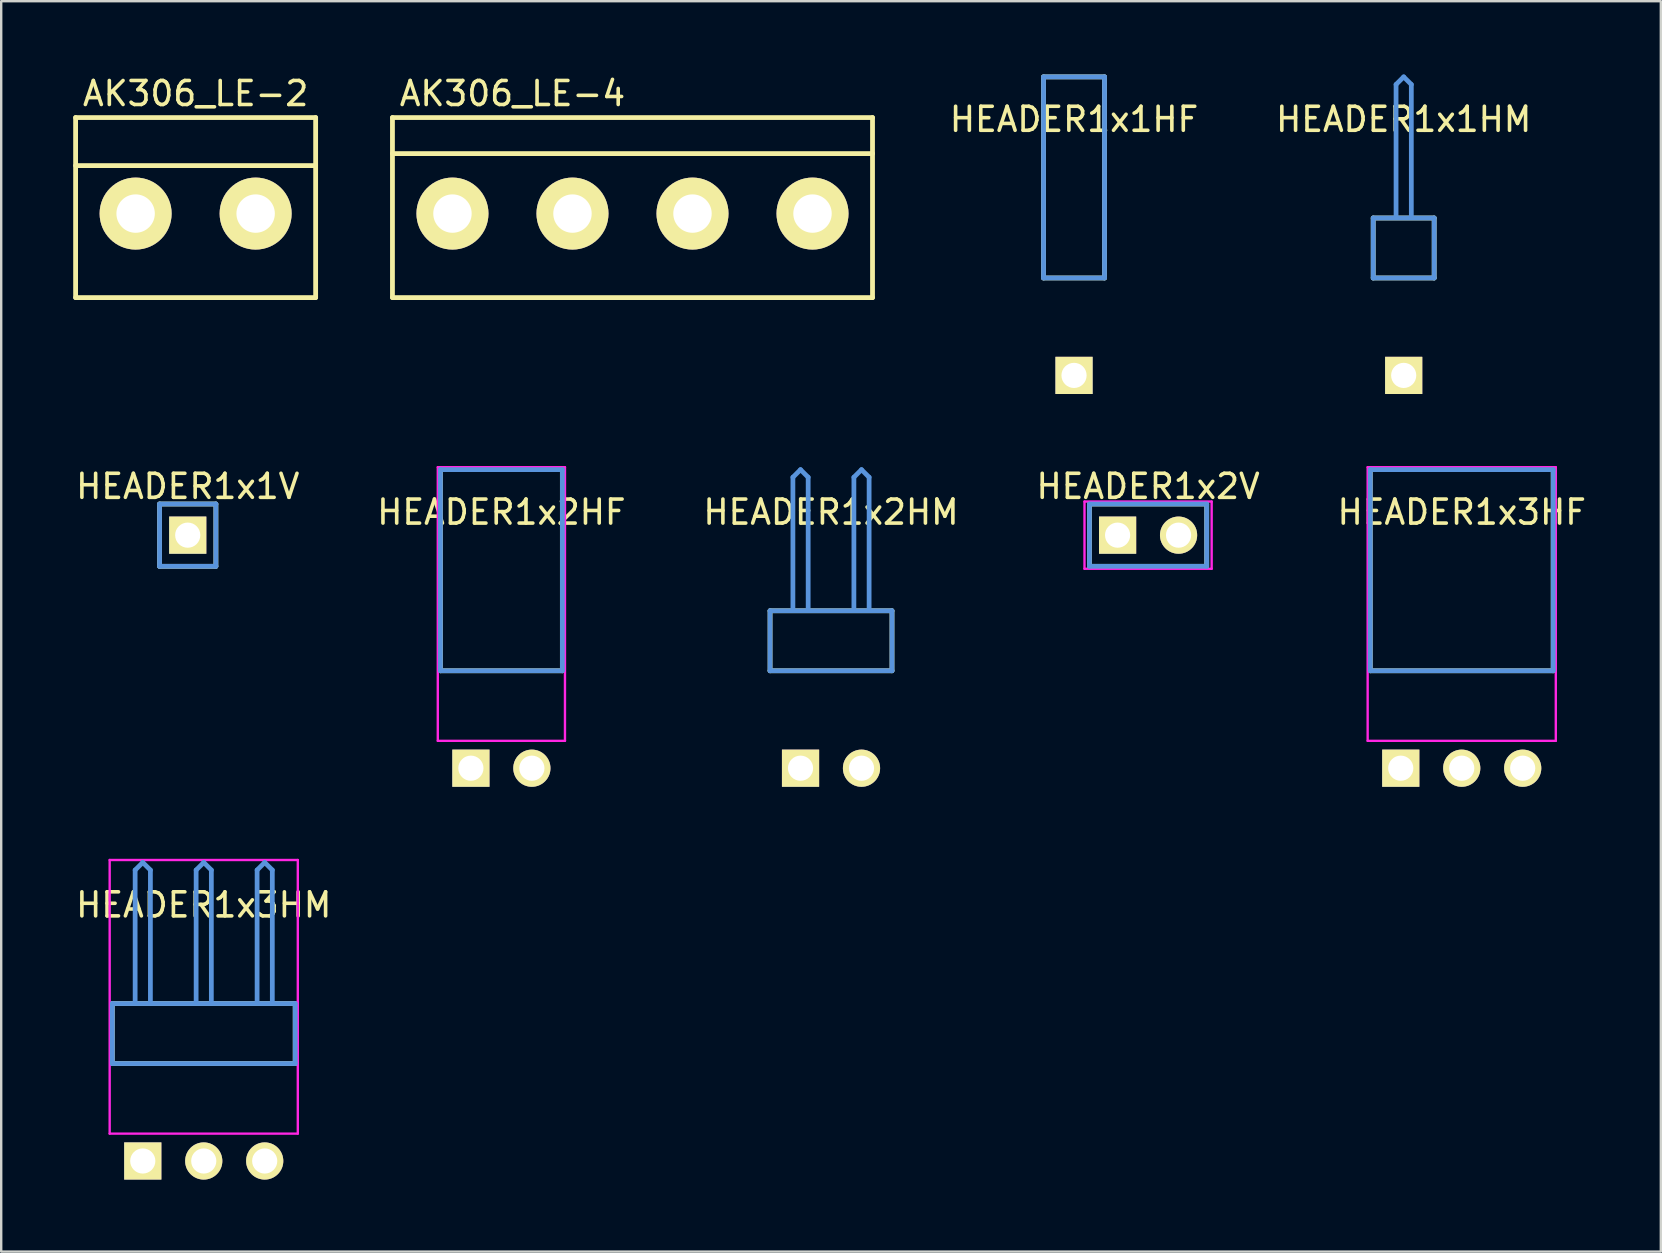
<source format=kicad_pcb>
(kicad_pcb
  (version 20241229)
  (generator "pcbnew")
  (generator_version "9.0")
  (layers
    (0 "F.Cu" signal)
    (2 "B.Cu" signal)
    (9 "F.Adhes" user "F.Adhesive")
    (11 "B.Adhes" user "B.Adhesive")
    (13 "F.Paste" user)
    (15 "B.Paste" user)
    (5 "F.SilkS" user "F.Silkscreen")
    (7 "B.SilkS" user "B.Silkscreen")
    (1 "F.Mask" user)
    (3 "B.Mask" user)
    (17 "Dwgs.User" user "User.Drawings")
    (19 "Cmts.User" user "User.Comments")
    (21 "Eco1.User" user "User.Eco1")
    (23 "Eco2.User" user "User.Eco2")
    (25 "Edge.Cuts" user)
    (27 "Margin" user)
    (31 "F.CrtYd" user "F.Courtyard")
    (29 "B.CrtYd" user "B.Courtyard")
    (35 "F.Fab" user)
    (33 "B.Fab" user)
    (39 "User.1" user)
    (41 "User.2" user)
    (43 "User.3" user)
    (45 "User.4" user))
  (footprint "HEADER1x1HF"
    (layer "F.Cu")
    (at 41.695 12.59)
    (property "Reference" "HEADER1x1HF" (at 0 -10.668 0) (layer "F.SilkS") (effects (font (size 1.001 1.001) (thickness 0.15))))
    (attr through_hole)
    (fp_line (start -1.27 -12.438) (end -1.27 -4.059) (stroke (width 0.198) (type solid)) (layer "F.SilkS"))
    (fp_line (start -1.27 -4.059) (end 1.27 -4.059) (stroke (width 0.198) (type solid)) (layer "F.SilkS"))
    (fp_line (start 1.27 -12.438) (end -1.27 -12.438) (stroke (width 0.198) (type solid)) (layer "F.SilkS"))
    (fp_line (start 1.27 -4.059) (end 1.27 -12.438) (stroke (width 0.198) (type solid)) (layer "F.SilkS"))
    (fp_line (start -1.27 -12.438) (end -1.27 -4.059) (stroke (width 0.198) (type solid)) (layer "Cmts.User"))
    (fp_line (start -1.27 -4.059) (end 1.27 -4.059) (stroke (width 0.198) (type solid)) (layer "Cmts.User"))
    (fp_line (start 1.27 -12.438) (end -1.27 -12.438) (stroke (width 0.198) (type solid)) (layer "Cmts.User"))
    (fp_line (start 1.27 -4.059) (end 1.27 -12.438) (stroke (width 0.198) (type solid)) (layer "Cmts.User"))
    (fp_line (start -1.379 -12.54) (end 1.379 -12.54) (stroke (width 0.099) (type solid)) (layer "Eco1.User"))
    (fp_line (start -1.379 -1.14) (end -1.379 -12.54) (stroke (width 0.099) (type solid)) (layer "Eco1.User"))
    (fp_line (start 1.379 -12.54) (end 1.379 -1.14) (stroke (width 0.099) (type solid)) (layer "Eco1.User"))
    (fp_line (start 1.379 -1.14) (end -1.379 -1.14) (stroke (width 0.099) (type solid)) (layer "Eco1.User"))
    (pad "1" thru_hole rect (at 0 0) (size 1.549 1.549) (drill 1.049) (layers "*.Cu" "*.Mask" "F.SilkS")))
  (footprint "AK306_LE-4"
    (layer "F.Cu")
    (at 15.8 5.848)
    (property "Reference" "AK306_LE-4" (at 2.5 -5 0) (layer "F.SilkS") (effects (font (size 1 1) (thickness 0.15))))
    (attr through_hole)
    (fp_line (start -2.5 -4) (end -2.5 3.5) (stroke (width 0.2) (type solid)) (layer "F.SilkS"))
    (fp_line (start -2.5 -2.5) (end 17.5 -2.5) (stroke (width 0.2) (type solid)) (layer "F.SilkS"))
    (fp_line (start -2.5 3.5) (end 17.5 3.5) (stroke (width 0.2) (type solid)) (layer "F.SilkS"))
    (fp_line (start 17.5 -4) (end -2.5 -4) (stroke (width 0.2) (type solid)) (layer "F.SilkS"))
    (fp_line (start 17.5 3.5) (end 17.5 -4) (stroke (width 0.2) (type solid)) (layer "F.SilkS"))
    (pad "1" thru_hole circle (at 0 0) (size 3 3) (drill 1.6) (layers "*.Cu" "*.Mask" "F.SilkS"))
    (pad "2" thru_hole circle (at 5 0) (size 3 3) (drill 1.6) (layers "*.Cu" "*.Mask" "F.SilkS"))
    (pad "3" thru_hole circle (at 10 0) (size 3 3) (drill 1.6) (layers "*.Cu" "*.Mask" "F.SilkS"))
    (pad "4" thru_hole circle (at 15 0) (size 3 3) (drill 1.6) (layers "*.Cu" "*.Mask" "F.SilkS")))
  (footprint "HEADER1x1V"
    (layer "F.Cu")
    (at 4.771 19.245)
    (property "Reference" "HEADER1x1V" (at 0 -2.032 0) (layer "F.SilkS") (effects (font (size 1.001 1.001) (thickness 0.15))))
    (attr through_hole)
    (fp_line (start -1.173 -1.298) (end -1.173 1.298) (stroke (width 0.198) (type solid)) (layer "F.SilkS"))
    (fp_line (start -1.173 1.298) (end 1.173 1.298) (stroke (width 0.198) (type solid)) (layer "F.SilkS"))
    (fp_line (start 1.173 -1.298) (end -1.173 -1.298) (stroke (width 0.198) (type solid)) (layer "F.SilkS"))
    (fp_line (start 1.173 1.298) (end 1.173 -1.298) (stroke (width 0.198) (type solid)) (layer "F.SilkS"))
    (fp_line (start -1.173 -1.298) (end -1.173 1.298) (stroke (width 0.198) (type solid)) (layer "Cmts.User"))
    (fp_line (start -1.173 1.298) (end 1.173 1.298) (stroke (width 0.198) (type solid)) (layer "Cmts.User"))
    (fp_line (start 1.173 -1.298) (end -1.173 -1.298) (stroke (width 0.198) (type solid)) (layer "Cmts.User"))
    (fp_line (start 1.173 1.298) (end 1.173 -1.298) (stroke (width 0.198) (type solid)) (layer "Cmts.User"))
    (fp_line (start -1.379 -1.4) (end -1.379 1.4) (stroke (width 0.099) (type solid)) (layer "Eco1.User"))
    (fp_line (start -1.379 1.4) (end 1.379 1.4) (stroke (width 0.099) (type solid)) (layer "Eco1.User"))
    (fp_line (start 1.379 -1.4) (end -1.379 -1.4) (stroke (width 0.099) (type solid)) (layer "Eco1.User"))
    (fp_line (start 1.379 1.4) (end 1.379 -1.4) (stroke (width 0.099) (type solid)) (layer "Eco1.User"))
    (pad "1" thru_hole rect (at 0 0) (size 1.549 1.549) (drill 1.049) (layers "*.Cu" "*.Mask" "F.SilkS")))
  (footprint "HEADER1x3HM"
    (layer "F.Cu")
    (at 2.898 45.318)
    (property "Reference" "HEADER1x3HM" (at 2.54 -10.668 0) (layer "F.SilkS") (effects (font (size 1.001 1.001) (thickness 0.15))))
    (attr through_hole)
    (fp_line (start -1.27 -6.558) (end -1.27 -4.059) (stroke (width 0.198) (type solid)) (layer "F.SilkS"))
    (fp_line (start -1.27 -4.059) (end 6.35 -4.059) (stroke (width 0.198) (type solid)) (layer "F.SilkS"))
    (fp_line (start 6.35 -6.558) (end -1.27 -6.558) (stroke (width 0.198) (type solid)) (layer "F.SilkS"))
    (fp_line (start 6.35 -4.059) (end 6.35 -6.558) (stroke (width 0.198) (type solid)) (layer "F.SilkS"))
    (fp_line (start -1.27 -6.558) (end -1.27 -4.059) (stroke (width 0.198) (type solid)) (layer "Cmts.User"))
    (fp_line (start -1.27 -4.059) (end 6.35 -4.059) (stroke (width 0.198) (type solid)) (layer "Cmts.User"))
    (fp_line (start -0.318 -12.121) (end 0 -12.438) (stroke (width 0.198) (type solid)) (layer "Cmts.User"))
    (fp_line (start -0.318 -6.599) (end -0.318 -12.121) (stroke (width 0.198) (type solid)) (layer "Cmts.User"))
    (fp_line (start 0.318 -12.121) (end 0 -12.438) (stroke (width 0.198) (type solid)) (layer "Cmts.User"))
    (fp_line (start 0.318 -6.599) (end 0.318 -12.121) (stroke (width 0.198) (type solid)) (layer "Cmts.User"))
    (fp_line (start 2.223 -12.121) (end 2.54 -12.438) (stroke (width 0.198) (type solid)) (layer "Cmts.User"))
    (fp_line (start 2.223 -6.599) (end 2.223 -12.121) (stroke (width 0.198) (type solid)) (layer "Cmts.User"))
    (fp_line (start 2.857 -12.121) (end 2.54 -12.438) (stroke (width 0.198) (type solid)) (layer "Cmts.User"))
    (fp_line (start 2.857 -6.599) (end 2.857 -12.121) (stroke (width 0.198) (type solid)) (layer "Cmts.User"))
    (fp_line (start 4.763 -12.121) (end 5.08 -12.438) (stroke (width 0.198) (type solid)) (layer "Cmts.User"))
    (fp_line (start 4.763 -6.599) (end 4.763 -12.121) (stroke (width 0.198) (type solid)) (layer "Cmts.User"))
    (fp_line (start 5.397 -12.121) (end 5.08 -12.438) (stroke (width 0.198) (type solid)) (layer "Cmts.User"))
    (fp_line (start 5.397 -6.599) (end 5.397 -12.121) (stroke (width 0.198) (type solid)) (layer "Cmts.User"))
    (fp_line (start 6.35 -6.558) (end -1.27 -6.558) (stroke (width 0.198) (type solid)) (layer "Cmts.User"))
    (fp_line (start 6.35 -4.059) (end 6.35 -6.558) (stroke (width 0.198) (type solid)) (layer "Cmts.User"))
    (fp_line (start -1.379 -12.54) (end 6.459 -12.54) (stroke (width 0.099) (type solid)) (layer "F.CrtYd"))
    (fp_line (start -1.379 -1.14) (end -1.379 -12.54) (stroke (width 0.099) (type solid)) (layer "F.CrtYd"))
    (fp_line (start 6.459 -12.54) (end 6.459 -1.14) (stroke (width 0.099) (type solid)) (layer "F.CrtYd"))
    (fp_line (start 6.459 -1.14) (end -1.379 -1.14) (stroke (width 0.099) (type solid)) (layer "F.CrtYd"))
    (pad "1" thru_hole rect (at 0 0) (size 1.549 1.549) (drill 1.049) (layers "*.Cu" "*.Mask" "F.SilkS"))
    (pad "2" thru_hole circle (at 2.54 0) (size 1.549 1.549) (drill 1.049) (layers "*.Cu" "*.Mask" "F.SilkS"))
    (pad "3" thru_hole circle (at 5.08 0) (size 1.549 1.549) (drill 1.049) (layers "*.Cu" "*.Mask" "F.SilkS")))
  (footprint "HEADER1x3HF"
    (layer "F.Cu")
    (at 55.307 28.954)
    (property "Reference" "HEADER1x3HF" (at 2.54 -10.668 0) (layer "F.SilkS") (effects (font (size 1.001 1.001) (thickness 0.15))))
    (attr through_hole)
    (fp_line (start -1.27 -12.438) (end -1.27 -4.059) (stroke (width 0.198) (type solid)) (layer "F.SilkS"))
    (fp_line (start -1.27 -4.059) (end 6.35 -4.059) (stroke (width 0.198) (type solid)) (layer "F.SilkS"))
    (fp_line (start 6.35 -12.438) (end -1.27 -12.438) (stroke (width 0.198) (type solid)) (layer "F.SilkS"))
    (fp_line (start 6.35 -4.059) (end 6.35 -12.438) (stroke (width 0.198) (type solid)) (layer "F.SilkS"))
    (fp_line (start -1.27 -12.438) (end -1.27 -4.059) (stroke (width 0.198) (type solid)) (layer "Cmts.User"))
    (fp_line (start -1.27 -4.059) (end 6.35 -4.059) (stroke (width 0.198) (type solid)) (layer "Cmts.User"))
    (fp_line (start 6.35 -12.438) (end -1.27 -12.438) (stroke (width 0.198) (type solid)) (layer "Cmts.User"))
    (fp_line (start 6.35 -4.059) (end 6.35 -12.438) (stroke (width 0.198) (type solid)) (layer "Cmts.User"))
    (fp_line (start -1.379 -12.54) (end 6.459 -12.54) (stroke (width 0.099) (type solid)) (layer "F.CrtYd"))
    (fp_line (start -1.379 -1.14) (end -1.379 -12.54) (stroke (width 0.099) (type solid)) (layer "F.CrtYd"))
    (fp_line (start 6.459 -12.54) (end 6.459 -1.14) (stroke (width 0.099) (type solid)) (layer "F.CrtYd"))
    (fp_line (start 6.459 -1.14) (end -1.379 -1.14) (stroke (width 0.099) (type solid)) (layer "F.CrtYd"))
    (pad "1" thru_hole rect (at 0 0) (size 1.549 1.549) (drill 1.049) (layers "*.Cu" "*.Mask" "F.SilkS"))
    (pad "2" thru_hole circle (at 2.54 0) (size 1.549 1.549) (drill 1.049) (layers "*.Cu" "*.Mask" "F.SilkS"))
    (pad "3" thru_hole circle (at 5.08 0) (size 1.549 1.549) (drill 1.049) (layers "*.Cu" "*.Mask" "F.SilkS")))
  (footprint "HEADER1x1HM"
    (layer "F.Cu")
    (at 55.429 12.59)
    (property "Reference" "HEADER1x1HM" (at 0 -10.668 0) (layer "F.SilkS") (effects (font (size 1.001 1.001) (thickness 0.15))))
    (attr through_hole)
    (fp_line (start -1.27 -6.558) (end -1.27 -4.059) (stroke (width 0.198) (type solid)) (layer "F.SilkS"))
    (fp_line (start -1.27 -4.059) (end 1.27 -4.059) (stroke (width 0.198) (type solid)) (layer "F.SilkS"))
    (fp_line (start 1.27 -6.558) (end -1.27 -6.558) (stroke (width 0.198) (type solid)) (layer "F.SilkS"))
    (fp_line (start 1.27 -4.059) (end 1.27 -6.558) (stroke (width 0.198) (type solid)) (layer "F.SilkS"))
    (fp_line (start -1.27 -6.558) (end -1.27 -4.059) (stroke (width 0.198) (type solid)) (layer "Cmts.User"))
    (fp_line (start -1.27 -4.059) (end 1.27 -4.059) (stroke (width 0.198) (type solid)) (layer "Cmts.User"))
    (fp_line (start -0.318 -12.121) (end 0 -12.438) (stroke (width 0.198) (type solid)) (layer "Cmts.User"))
    (fp_line (start -0.318 -6.599) (end -0.318 -12.121) (stroke (width 0.198) (type solid)) (layer "Cmts.User"))
    (fp_line (start 0.318 -12.121) (end 0 -12.438) (stroke (width 0.198) (type solid)) (layer "Cmts.User"))
    (fp_line (start 0.318 -6.599) (end 0.318 -12.121) (stroke (width 0.198) (type solid)) (layer "Cmts.User"))
    (fp_line (start 1.27 -6.558) (end -1.27 -6.558) (stroke (width 0.198) (type solid)) (layer "Cmts.User"))
    (fp_line (start 1.27 -4.059) (end 1.27 -6.558) (stroke (width 0.198) (type solid)) (layer "Cmts.User"))
    (fp_line (start -1.379 -12.54) (end 1.379 -12.54) (stroke (width 0.099) (type solid)) (layer "Eco1.User"))
    (fp_line (start -1.379 -1.14) (end -1.379 -12.54) (stroke (width 0.099) (type solid)) (layer "Eco1.User"))
    (fp_line (start 1.379 -12.54) (end 1.379 -1.14) (stroke (width 0.099) (type solid)) (layer "Eco1.User"))
    (fp_line (start 1.379 -1.14) (end -1.379 -1.14) (stroke (width 0.099) (type solid)) (layer "Eco1.User"))
    (pad "1" thru_hole rect (at 0 0) (size 1.549 1.549) (drill 1.049) (layers "*.Cu" "*.Mask" "F.SilkS")))
  (footprint "HEADER1x2V"
    (layer "F.Cu")
    (at 43.51 19.245)
    (property "Reference" "HEADER1x2V" (at 1.27 -2.032 0) (layer "F.SilkS") (effects (font (size 1.001 1.001) (thickness 0.15))))
    (attr through_hole)
    (fp_line (start -1.173 -1.298) (end -1.173 1.298) (stroke (width 0.198) (type solid)) (layer "F.SilkS"))
    (fp_line (start -1.173 1.298) (end 3.713 1.298) (stroke (width 0.198) (type solid)) (layer "F.SilkS"))
    (fp_line (start 3.713 -1.298) (end -1.173 -1.298) (stroke (width 0.198) (type solid)) (layer "F.SilkS"))
    (fp_line (start 3.713 1.298) (end 3.713 -1.298) (stroke (width 0.198) (type solid)) (layer "F.SilkS"))
    (fp_line (start -1.173 -1.298) (end -1.173 1.298) (stroke (width 0.198) (type solid)) (layer "Cmts.User"))
    (fp_line (start -1.173 1.298) (end 3.713 1.298) (stroke (width 0.198) (type solid)) (layer "Cmts.User"))
    (fp_line (start 3.713 -1.298) (end -1.173 -1.298) (stroke (width 0.198) (type solid)) (layer "Cmts.User"))
    (fp_line (start 3.713 1.298) (end 3.713 -1.298) (stroke (width 0.198) (type solid)) (layer "Cmts.User"))
    (fp_line (start -1.379 -1.4) (end -1.379 1.4) (stroke (width 0.099) (type solid)) (layer "F.CrtYd"))
    (fp_line (start -1.379 1.4) (end 3.919 1.4) (stroke (width 0.099) (type solid)) (layer "F.CrtYd"))
    (fp_line (start 3.919 -1.4) (end -1.379 -1.4) (stroke (width 0.099) (type solid)) (layer "F.CrtYd"))
    (fp_line (start 3.919 1.4) (end 3.919 -1.4) (stroke (width 0.099) (type solid)) (layer "F.CrtYd"))
    (pad "1" thru_hole rect (at 0 0) (size 1.549 1.549) (drill 1.049) (layers "*.Cu" "*.Mask" "F.SilkS"))
    (pad "2" thru_hole circle (at 2.54 0) (size 1.549 1.549) (drill 1.049) (layers "*.Cu" "*.Mask" "F.SilkS")))
  (footprint "HEADER1x2HF"
    (layer "F.Cu")
    (at 16.568 28.954)
    (property "Reference" "HEADER1x2HF" (at 1.27 -10.668 0) (layer "F.SilkS") (effects (font (size 1.001 1.001) (thickness 0.15))))
    (attr through_hole)
    (fp_line (start -1.27 -12.438) (end -1.27 -4.059) (stroke (width 0.198) (type solid)) (layer "F.SilkS"))
    (fp_line (start -1.27 -4.059) (end 3.81 -4.059) (stroke (width 0.198) (type solid)) (layer "F.SilkS"))
    (fp_line (start 3.81 -12.438) (end -1.27 -12.438) (stroke (width 0.198) (type solid)) (layer "F.SilkS"))
    (fp_line (start 3.81 -4.059) (end 3.81 -12.438) (stroke (width 0.198) (type solid)) (layer "F.SilkS"))
    (fp_line (start -1.27 -12.438) (end -1.27 -4.059) (stroke (width 0.198) (type solid)) (layer "Cmts.User"))
    (fp_line (start -1.27 -4.059) (end 3.81 -4.059) (stroke (width 0.198) (type solid)) (layer "Cmts.User"))
    (fp_line (start 3.81 -12.438) (end -1.27 -12.438) (stroke (width 0.198) (type solid)) (layer "Cmts.User"))
    (fp_line (start 3.81 -4.059) (end 3.81 -12.438) (stroke (width 0.198) (type solid)) (layer "Cmts.User"))
    (fp_line (start -1.379 -12.54) (end 3.919 -12.54) (stroke (width 0.099) (type solid)) (layer "F.CrtYd"))
    (fp_line (start -1.379 -1.14) (end -1.379 -12.54) (stroke (width 0.099) (type solid)) (layer "F.CrtYd"))
    (fp_line (start 3.919 -12.54) (end 3.919 -1.14) (stroke (width 0.099) (type solid)) (layer "F.CrtYd"))
    (fp_line (start 3.919 -1.14) (end -1.379 -1.14) (stroke (width 0.099) (type solid)) (layer "F.CrtYd"))
    (pad "1" thru_hole rect (at 0 0) (size 1.549 1.549) (drill 1.049) (layers "*.Cu" "*.Mask" "F.SilkS"))
    (pad "2" thru_hole circle (at 2.54 0) (size 1.549 1.549) (drill 1.049) (layers "*.Cu" "*.Mask" "F.SilkS")))
  (footprint "HEADER1x2HM"
    (layer "F.Cu")
    (at 30.301 28.954)
    (property "Reference" "HEADER1x2HM" (at 1.27 -10.668 0) (layer "F.SilkS") (effects (font (size 1.001 1.001) (thickness 0.15))))
    (attr through_hole)
    (fp_line (start -1.27 -6.558) (end -1.27 -4.059) (stroke (width 0.198) (type solid)) (layer "F.SilkS"))
    (fp_line (start -1.27 -4.059) (end 3.81 -4.059) (stroke (width 0.198) (type solid)) (layer "F.SilkS"))
    (fp_line (start 3.81 -6.558) (end -1.27 -6.558) (stroke (width 0.198) (type solid)) (layer "F.SilkS"))
    (fp_line (start 3.81 -4.059) (end 3.81 -6.558) (stroke (width 0.198) (type solid)) (layer "F.SilkS"))
    (fp_line (start -1.27 -6.558) (end -1.27 -4.059) (stroke (width 0.198) (type solid)) (layer "Cmts.User"))
    (fp_line (start -1.27 -4.059) (end 3.81 -4.059) (stroke (width 0.198) (type solid)) (layer "Cmts.User"))
    (fp_line (start -0.318 -12.121) (end 0 -12.438) (stroke (width 0.198) (type solid)) (layer "Cmts.User"))
    (fp_line (start -0.318 -6.599) (end -0.318 -12.121) (stroke (width 0.198) (type solid)) (layer "Cmts.User"))
    (fp_line (start 0.318 -12.121) (end 0 -12.438) (stroke (width 0.198) (type solid)) (layer "Cmts.User"))
    (fp_line (start 0.318 -6.599) (end 0.318 -12.121) (stroke (width 0.198) (type solid)) (layer "Cmts.User"))
    (fp_line (start 2.223 -12.121) (end 2.54 -12.438) (stroke (width 0.198) (type solid)) (layer "Cmts.User"))
    (fp_line (start 2.223 -6.599) (end 2.223 -12.121) (stroke (width 0.198) (type solid)) (layer "Cmts.User"))
    (fp_line (start 2.857 -12.121) (end 2.54 -12.438) (stroke (width 0.198) (type solid)) (layer "Cmts.User"))
    (fp_line (start 2.857 -6.599) (end 2.857 -12.121) (stroke (width 0.198) (type solid)) (layer "Cmts.User"))
    (fp_line (start 3.81 -6.558) (end -1.27 -6.558) (stroke (width 0.198) (type solid)) (layer "Cmts.User"))
    (fp_line (start 3.81 -4.059) (end 3.81 -6.558) (stroke (width 0.198) (type solid)) (layer "Cmts.User"))
    (fp_line (start -1.379 -12.54) (end 3.919 -12.54) (stroke (width 0.099) (type solid)) (layer "Eco1.User"))
    (fp_line (start -1.379 -1.14) (end -1.379 -12.54) (stroke (width 0.099) (type solid)) (layer "Eco1.User"))
    (fp_line (start 3.919 -12.54) (end 3.919 -1.14) (stroke (width 0.099) (type solid)) (layer "Eco1.User"))
    (fp_line (start 3.919 -1.14) (end -1.379 -1.14) (stroke (width 0.099) (type solid)) (layer "Eco1.User"))
    (pad "1" thru_hole rect (at 0 0) (size 1.549 1.549) (drill 1.049) (layers "*.Cu" "*.Mask" "F.SilkS"))
    (pad "2" thru_hole circle (at 2.54 0) (size 1.549 1.549) (drill 1.049) (layers "*.Cu" "*.Mask" "F.SilkS")))
  (footprint "AK306_LE-2"
    (layer "F.Cu")
    (at 2.6 5.848)
    (property "Reference" "AK306_LE-2" (at 2.5 -5 0) (layer "F.SilkS") (effects (font (size 1 1) (thickness 0.15))))
    (attr through_hole)
    (fp_line (start -2.5 -4) (end -2.5 3.5) (stroke (width 0.2) (type solid)) (layer "F.SilkS"))
    (fp_line (start -2.5 -2) (end 7.5 -2) (stroke (width 0.2) (type solid)) (layer "F.SilkS"))
    (fp_line (start -2.5 3.5) (end 7.5 3.5) (stroke (width 0.2) (type solid)) (layer "F.SilkS"))
    (fp_line (start 7.5 -4) (end -2.5 -4) (stroke (width 0.2) (type solid)) (layer "F.SilkS"))
    (fp_line (start 7.5 3.5) (end 7.5 -4) (stroke (width 0.2) (type solid)) (layer "F.SilkS"))
    (pad "1" thru_hole circle (at 0 0) (size 3 3) (drill 1.6) (layers "*.Cu" "*.Mask" "F.SilkS"))
    (pad "2" thru_hole circle (at 5 0) (size 3 3) (drill 1.6) (layers "*.Cu" "*.Mask" "F.SilkS")))
  (gr_rect
    (start -3 -3)
    (end 66.142 49.093)
    (stroke (width 0.1) (type default))
    (fill no)
    (layer "Edge.Cuts")))
</source>
